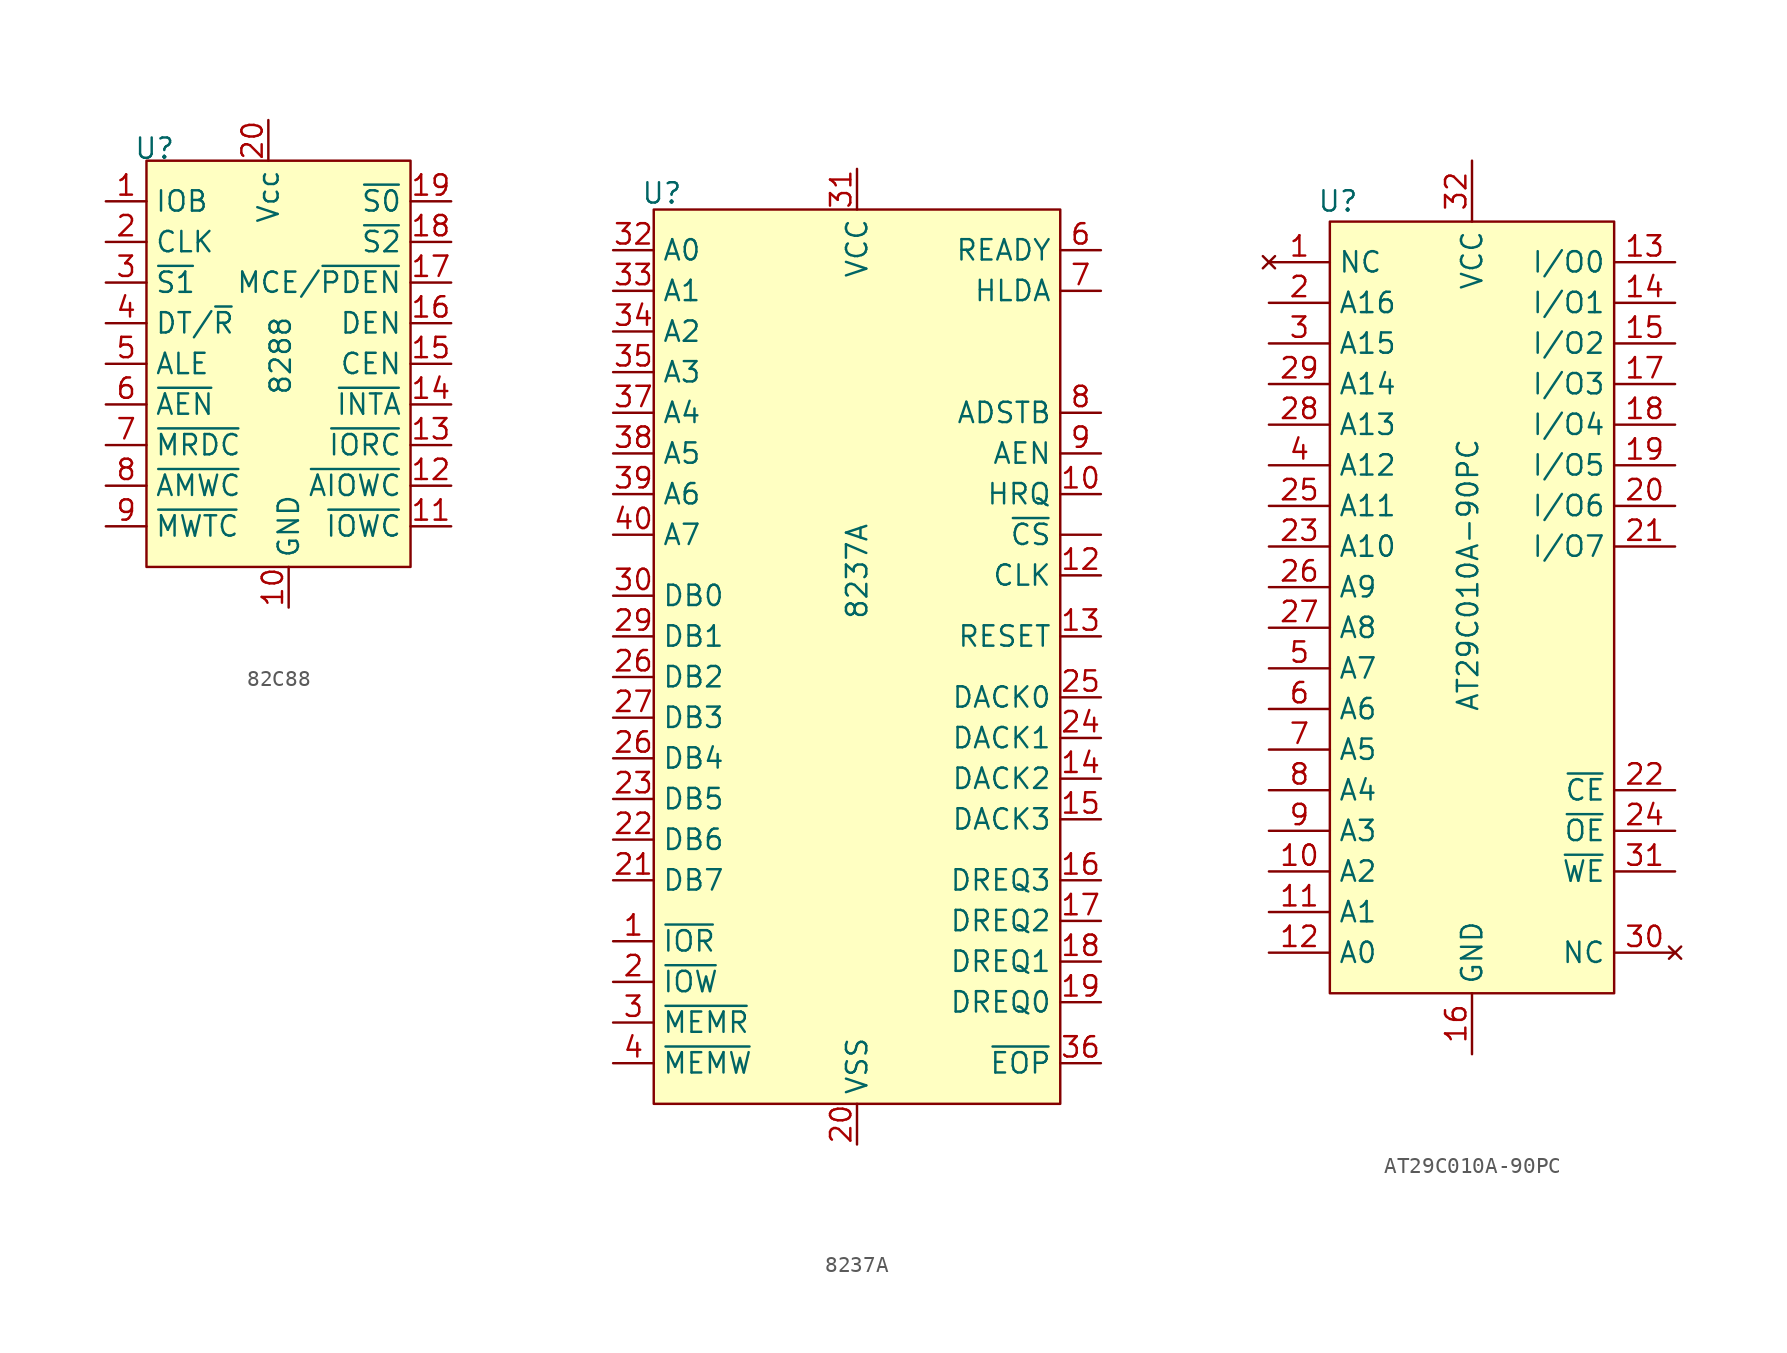
<source format=kicad_sym>
(kicad_symbol_lib
  (version 20231120)
  (generator "kicad_symbol_editor")
  (generator_version "8.0")
  (symbol "82C88"
    (property "Reference" "U"
      (at 0.508 0.762 0)
      (effects (font (size 1.27 1.27))))
    (property "Value" "8288"
      (at 8.382 -12.192 90)
      (effects (font (size 1.27 1.27))))
    (symbol "82C88_1_1"
      (rectangle (start 0 0) (end 16.51 -25.4) (stroke (width 0) (type default)) (fill (type background)))
      (pin input line (at -2.54 -2.54 0) (length 2.54) (name "IOB" (effects (font (size 1.27 1.27)))) (number "1" (effects (font (size 1.27 1.27)))))
      (pin power_in line (at 8.89 -27.94 90) (length 2.54) (name "GND" (effects (font (size 1.27 1.27)))) (number "10" (effects (font (size 1.27 1.27)))))
      (pin output line (at 19.05 -22.86 180) (length 2.54) (name "~{IOWC}" (effects (font (size 1.27 1.27)))) (number "11" (effects (font (size 1.27 1.27)))))
      (pin output line (at 19.05 -20.32 180) (length 2.54) (name "~{AIOWC}" (effects (font (size 1.27 1.27)))) (number "12" (effects (font (size 1.27 1.27)))))
      (pin output line (at 19.05 -17.78 180) (length 2.54) (name "~{IORC}" (effects (font (size 1.27 1.27)))) (number "13" (effects (font (size 1.27 1.27)))))
      (pin output line (at 19.05 -15.24 180) (length 2.54) (name "~{INTA}" (effects (font (size 1.27 1.27)))) (number "14" (effects (font (size 1.27 1.27)))))
      (pin input line (at 19.05 -12.7 180) (length 2.54) (name "CEN" (effects (font (size 1.27 1.27)))) (number "15" (effects (font (size 1.27 1.27)))))
      (pin output line (at 19.05 -10.16 180) (length 2.54) (name "DEN" (effects (font (size 1.27 1.27)))) (number "16" (effects (font (size 1.27 1.27)))))
      (pin output line (at 19.05 -7.62 180) (length 2.54) (name "MCE/~{PDEN}" (effects (font (size 1.27 1.27)))) (number "17" (effects (font (size 1.27 1.27)))))
      (pin input line (at 19.05 -5.08 180) (length 2.54) (name "~{S2}" (effects (font (size 1.27 1.27)))) (number "18" (effects (font (size 1.27 1.27)))))
      (pin input line (at 19.05 -2.54 180) (length 2.54) (name "~{S0}" (effects (font (size 1.27 1.27)))) (number "19" (effects (font (size 1.27 1.27)))))
      (pin input line (at -2.54 -5.08 0) (length 2.54) (name "CLK" (effects (font (size 1.27 1.27)))) (number "2" (effects (font (size 1.27 1.27)))))
      (pin power_in line (at 7.62 2.54 270) (length 2.54) (name "Vcc" (effects (font (size 1.27 1.27)))) (number "20" (effects (font (size 1.27 1.27)))))
      (pin input line (at -2.54 -7.62 0) (length 2.54) (name "~{S1}" (effects (font (size 1.27 1.27)))) (number "3" (effects (font (size 1.27 1.27)))))
      (pin output line (at -2.54 -10.16 0) (length 2.54) (name "DT/~{R}" (effects (font (size 1.27 1.27)))) (number "4" (effects (font (size 1.27 1.27)))))
      (pin output line (at -2.54 -12.7 0) (length 2.54) (name "ALE" (effects (font (size 1.27 1.27)))) (number "5" (effects (font (size 1.27 1.27)))))
      (pin input line (at -2.54 -15.24 0) (length 2.54) (name "~{AEN}" (effects (font (size 1.27 1.27)))) (number "6" (effects (font (size 1.27 1.27)))))
      (pin output line (at -2.54 -17.78 0) (length 2.54) (name "~{MRDC}" (effects (font (size 1.27 1.27)))) (number "7" (effects (font (size 1.27 1.27)))))
      (pin output line (at -2.54 -20.32 0) (length 2.54) (name "~{AMWC}" (effects (font (size 1.27 1.27)))) (number "8" (effects (font (size 1.27 1.27)))))
      (pin output line (at -2.54 -22.86 0) (length 2.54) (name "~{MWTC}" (effects (font (size 1.27 1.27)))) (number "9" (effects (font (size 1.27 1.27)))))))
  (symbol "8237A"
    (property "Reference" "U"
      (at 0.508 1.016 0)
      (effects (font (size 1.27 1.27))))
    (property "Value" "8237A"
      (at 12.7 -22.606 90)
      (effects (font (size 1.27 1.27))))
    (symbol "8237A_1_1"
      (rectangle (start 0 0) (end 25.4 -55.88) (stroke (width 0) (type default)) (fill (type background)))
      (pin input line (at 27.94 -20.32 180) (length 2.54) (name "~{CS}" (effects (font (size 1.27 1.27)))) (number "" (effects (font (size 1.27 1.27)))))
      (pin bidirectional line (at -2.54 -45.72 0) (length 2.54) (name "~{IOR}" (effects (font (size 1.27 1.27)))) (number "1" (effects (font (size 1.27 1.27)))))
      (pin output line (at 27.94 -17.78 180) (length 2.54) (name "HRQ" (effects (font (size 1.27 1.27)))) (number "10" (effects (font (size 1.27 1.27)))))
      (pin input line (at 27.94 -22.86 180) (length 2.54) (name "CLK" (effects (font (size 1.27 1.27)))) (number "12" (effects (font (size 1.27 1.27)))))
      (pin input line (at 27.94 -26.67 180) (length 2.54) (name "RESET" (effects (font (size 1.27 1.27)))) (number "13" (effects (font (size 1.27 1.27)))))
      (pin output line (at 27.94 -35.56 180) (length 2.54) (name "DACK2" (effects (font (size 1.27 1.27)))) (number "14" (effects (font (size 1.27 1.27)))))
      (pin output line (at 27.94 -38.1 180) (length 2.54) (name "DACK3" (effects (font (size 1.27 1.27)))) (number "15" (effects (font (size 1.27 1.27)))))
      (pin input line (at 27.94 -41.91 180) (length 2.54) (name "DREQ3" (effects (font (size 1.27 1.27)))) (number "16" (effects (font (size 1.27 1.27)))))
      (pin input line (at 27.94 -44.45 180) (length 2.54) (name "DREQ2" (effects (font (size 1.27 1.27)))) (number "17" (effects (font (size 1.27 1.27)))))
      (pin input line (at 27.94 -46.99 180) (length 2.54) (name "DREQ1" (effects (font (size 1.27 1.27)))) (number "18" (effects (font (size 1.27 1.27)))))
      (pin input line (at 27.94 -49.53 180) (length 2.54) (name "DREQ0" (effects (font (size 1.27 1.27)))) (number "19" (effects (font (size 1.27 1.27)))))
      (pin bidirectional line (at -2.54 -48.26 0) (length 2.54) (name "~{IOW}" (effects (font (size 1.27 1.27)))) (number "2" (effects (font (size 1.27 1.27)))))
      (pin power_in line (at 12.7 -58.42 90) (length 2.54) (name "VSS" (effects (font (size 1.27 1.27)))) (number "20" (effects (font (size 1.27 1.27)))))
      (pin input line (at -2.54 -41.91 0) (length 2.54) (name "DB7" (effects (font (size 1.27 1.27)))) (number "21" (effects (font (size 1.27 1.27)))))
      (pin input line (at -2.54 -39.37 0) (length 2.54) (name "DB6" (effects (font (size 1.27 1.27)))) (number "22" (effects (font (size 1.27 1.27)))))
      (pin input line (at -2.54 -36.83 0) (length 2.54) (name "DB5" (effects (font (size 1.27 1.27)))) (number "23" (effects (font (size 1.27 1.27)))))
      (pin output line (at 27.94 -33.02 180) (length 2.54) (name "DACK1" (effects (font (size 1.27 1.27)))) (number "24" (effects (font (size 1.27 1.27)))))
      (pin output line (at 27.94 -30.48 180) (length 2.54) (name "DACK0" (effects (font (size 1.27 1.27)))) (number "25" (effects (font (size 1.27 1.27)))))
      (pin input line (at -2.54 -29.21 0) (length 2.54) (name "DB2" (effects (font (size 1.27 1.27)))) (number "26" (effects (font (size 1.27 1.27)))))
      (pin input line (at -2.54 -34.29 0) (length 2.54) (name "DB4" (effects (font (size 1.27 1.27)))) (number "26" (effects (font (size 1.27 1.27)))))
      (pin input line (at -2.54 -31.75 0) (length 2.54) (name "DB3" (effects (font (size 1.27 1.27)))) (number "27" (effects (font (size 1.27 1.27)))))
      (pin input line (at -2.54 -26.67 0) (length 2.54) (name "DB1" (effects (font (size 1.27 1.27)))) (number "29" (effects (font (size 1.27 1.27)))))
      (pin output line (at -2.54 -50.8 0) (length 2.54) (name "~{MEMR}" (effects (font (size 1.27 1.27)))) (number "3" (effects (font (size 1.27 1.27)))))
      (pin input line (at -2.54 -24.13 0) (length 2.54) (name "DB0" (effects (font (size 1.27 1.27)))) (number "30" (effects (font (size 1.27 1.27)))))
      (pin power_in line (at 12.7 2.54 270) (length 2.54) (name "VCC" (effects (font (size 1.27 1.27)))) (number "31" (effects (font (size 1.27 1.27)))))
      (pin bidirectional line (at -2.54 -2.54 0) (length 2.54) (name "A0" (effects (font (size 1.27 1.27)))) (number "32" (effects (font (size 1.27 1.27)))))
      (pin bidirectional line (at -2.54 -5.08 0) (length 2.54) (name "A1" (effects (font (size 1.27 1.27)))) (number "33" (effects (font (size 1.27 1.27)))))
      (pin bidirectional line (at -2.54 -7.62 0) (length 2.54) (name "A2" (effects (font (size 1.27 1.27)))) (number "34" (effects (font (size 1.27 1.27)))))
      (pin bidirectional line (at -2.54 -10.16 0) (length 2.54) (name "A3" (effects (font (size 1.27 1.27)))) (number "35" (effects (font (size 1.27 1.27)))))
      (pin bidirectional line (at 27.94 -53.34 180) (length 2.54) (name "~{EOP}" (effects (font (size 1.27 1.27)))) (number "36" (effects (font (size 1.27 1.27)))))
      (pin output line (at -2.54 -12.7 0) (length 2.54) (name "A4" (effects (font (size 1.27 1.27)))) (number "37" (effects (font (size 1.27 1.27)))))
      (pin output line (at -2.54 -15.24 0) (length 2.54) (name "A5" (effects (font (size 1.27 1.27)))) (number "38" (effects (font (size 1.27 1.27)))))
      (pin output line (at -2.54 -17.78 0) (length 2.54) (name "A6" (effects (font (size 1.27 1.27)))) (number "39" (effects (font (size 1.27 1.27)))))
      (pin output line (at -2.54 -53.34 0) (length 2.54) (name "~{MEMW}" (effects (font (size 1.27 1.27)))) (number "4" (effects (font (size 1.27 1.27)))))
      (pin output line (at -2.54 -20.32 0) (length 2.54) (name "A7" (effects (font (size 1.27 1.27)))) (number "40" (effects (font (size 1.27 1.27)))))
      (pin input line (at 27.94 -2.54 180) (length 2.54) (name "READY" (effects (font (size 1.27 1.27)))) (number "6" (effects (font (size 1.27 1.27)))))
      (pin input line (at 27.94 -5.08 180) (length 2.54) (name "HLDA" (effects (font (size 1.27 1.27)))) (number "7" (effects (font (size 1.27 1.27)))))
      (pin output line (at 27.94 -12.7 180) (length 2.54) (name "ADSTB" (effects (font (size 1.27 1.27)))) (number "8" (effects (font (size 1.27 1.27)))))
      (pin output line (at 27.94 -15.24 180) (length 2.54) (name "AEN" (effects (font (size 1.27 1.27)))) (number "9" (effects (font (size 1.27 1.27)))))))
  (symbol "AT29C010A-90PC"
    (property "Reference" "U"
      (at 0.508 1.27 0)
      (effects (font (size 1.27 1.27))))
    (property "Value" "AT29C010A-90PC"
      (at 8.636 -22.098 90)
      (effects (font (size 1.27 1.27))))
    (symbol "AT29C010A-90PC_1_1"
      (rectangle (start 0 0) (end 17.78 -48.26) (stroke (width 0) (type default)) (fill (type background)))
      (pin no_connect line (at -3.81 -2.54 0) (length 3.81) (name "NC" (effects (font (size 1.27 1.27)))) (number "1" (effects (font (size 1.27 1.27)))))
      (pin input line (at -3.81 -40.64 0) (length 3.81) (name "A2" (effects (font (size 1.27 1.27)))) (number "10" (effects (font (size 1.27 1.27)))))
      (pin input line (at -3.81 -43.18 0) (length 3.81) (name "A1" (effects (font (size 1.27 1.27)))) (number "11" (effects (font (size 1.27 1.27)))))
      (pin input line (at -3.81 -45.72 0) (length 3.81) (name "A0" (effects (font (size 1.27 1.27)))) (number "12" (effects (font (size 1.27 1.27)))))
      (pin bidirectional line (at 21.59 -2.54 180) (length 3.81) (name "I/O0" (effects (font (size 1.27 1.27)))) (number "13" (effects (font (size 1.27 1.27)))))
      (pin bidirectional line (at 21.59 -5.08 180) (length 3.81) (name "I/O1" (effects (font (size 1.27 1.27)))) (number "14" (effects (font (size 1.27 1.27)))))
      (pin bidirectional line (at 21.59 -7.62 180) (length 3.81) (name "I/O2" (effects (font (size 1.27 1.27)))) (number "15" (effects (font (size 1.27 1.27)))))
      (pin power_in line (at 8.89 -52.07 90) (length 3.81) (name "GND" (effects (font (size 1.27 1.27)))) (number "16" (effects (font (size 1.27 1.27)))))
      (pin bidirectional line (at 21.59 -10.16 180) (length 3.81) (name "I/O3" (effects (font (size 1.27 1.27)))) (number "17" (effects (font (size 1.27 1.27)))))
      (pin bidirectional line (at 21.59 -12.7 180) (length 3.81) (name "I/O4" (effects (font (size 1.27 1.27)))) (number "18" (effects (font (size 1.27 1.27)))))
      (pin bidirectional line (at 21.59 -15.24 180) (length 3.81) (name "I/O5" (effects (font (size 1.27 1.27)))) (number "19" (effects (font (size 1.27 1.27)))))
      (pin input line (at -3.81 -5.08 0) (length 3.81) (name "A16" (effects (font (size 1.27 1.27)))) (number "2" (effects (font (size 1.27 1.27)))))
      (pin bidirectional line (at 21.59 -17.78 180) (length 3.81) (name "I/O6" (effects (font (size 1.27 1.27)))) (number "20" (effects (font (size 1.27 1.27)))))
      (pin bidirectional line (at 21.59 -20.32 180) (length 3.81) (name "I/O7" (effects (font (size 1.27 1.27)))) (number "21" (effects (font (size 1.27 1.27)))))
      (pin input line (at 21.59 -35.56 180) (length 3.81) (name "~{CE}" (effects (font (size 1.27 1.27)))) (number "22" (effects (font (size 1.27 1.27)))))
      (pin input line (at -3.81 -20.32 0) (length 3.81) (name "A10" (effects (font (size 1.27 1.27)))) (number "23" (effects (font (size 1.27 1.27)))))
      (pin input line (at 21.59 -38.1 180) (length 3.81) (name "~{OE}" (effects (font (size 1.27 1.27)))) (number "24" (effects (font (size 1.27 1.27)))))
      (pin input line (at -3.81 -17.78 0) (length 3.81) (name "A11" (effects (font (size 1.27 1.27)))) (number "25" (effects (font (size 1.27 1.27)))))
      (pin input line (at -3.81 -22.86 0) (length 3.81) (name "A9" (effects (font (size 1.27 1.27)))) (number "26" (effects (font (size 1.27 1.27)))))
      (pin input line (at -3.81 -25.4 0) (length 3.81) (name "A8" (effects (font (size 1.27 1.27)))) (number "27" (effects (font (size 1.27 1.27)))))
      (pin input line (at -3.81 -12.7 0) (length 3.81) (name "A13" (effects (font (size 1.27 1.27)))) (number "28" (effects (font (size 1.27 1.27)))))
      (pin input line (at -3.81 -10.16 0) (length 3.81) (name "A14" (effects (font (size 1.27 1.27)))) (number "29" (effects (font (size 1.27 1.27)))))
      (pin input line (at -3.81 -7.62 0) (length 3.81) (name "A15" (effects (font (size 1.27 1.27)))) (number "3" (effects (font (size 1.27 1.27)))))
      (pin no_connect line (at 21.59 -45.72 180) (length 3.81) (name "NC" (effects (font (size 1.27 1.27)))) (number "30" (effects (font (size 1.27 1.27)))))
      (pin input line (at 21.59 -40.64 180) (length 3.81) (name "~{WE}" (effects (font (size 1.27 1.27)))) (number "31" (effects (font (size 1.27 1.27)))))
      (pin power_in line (at 8.89 3.81 270) (length 3.81) (name "VCC" (effects (font (size 1.27 1.27)))) (number "32" (effects (font (size 1.27 1.27)))))
      (pin input line (at -3.81 -15.24 0) (length 3.81) (name "A12" (effects (font (size 1.27 1.27)))) (number "4" (effects (font (size 1.27 1.27)))))
      (pin input line (at -3.81 -27.94 0) (length 3.81) (name "A7" (effects (font (size 1.27 1.27)))) (number "5" (effects (font (size 1.27 1.27)))))
      (pin input line (at -3.81 -30.48 0) (length 3.81) (name "A6" (effects (font (size 1.27 1.27)))) (number "6" (effects (font (size 1.27 1.27)))))
      (pin input line (at -3.81 -33.02 0) (length 3.81) (name "A5" (effects (font (size 1.27 1.27)))) (number "7" (effects (font (size 1.27 1.27)))))
      (pin input line (at -3.81 -35.56 0) (length 3.81) (name "A4" (effects (font (size 1.27 1.27)))) (number "8" (effects (font (size 1.27 1.27)))))
      (pin input line (at -3.81 -38.1 0) (length 3.81) (name "A3" (effects (font (size 1.27 1.27)))) (number "9" (effects (font (size 1.27 1.27))))))))
</source>
